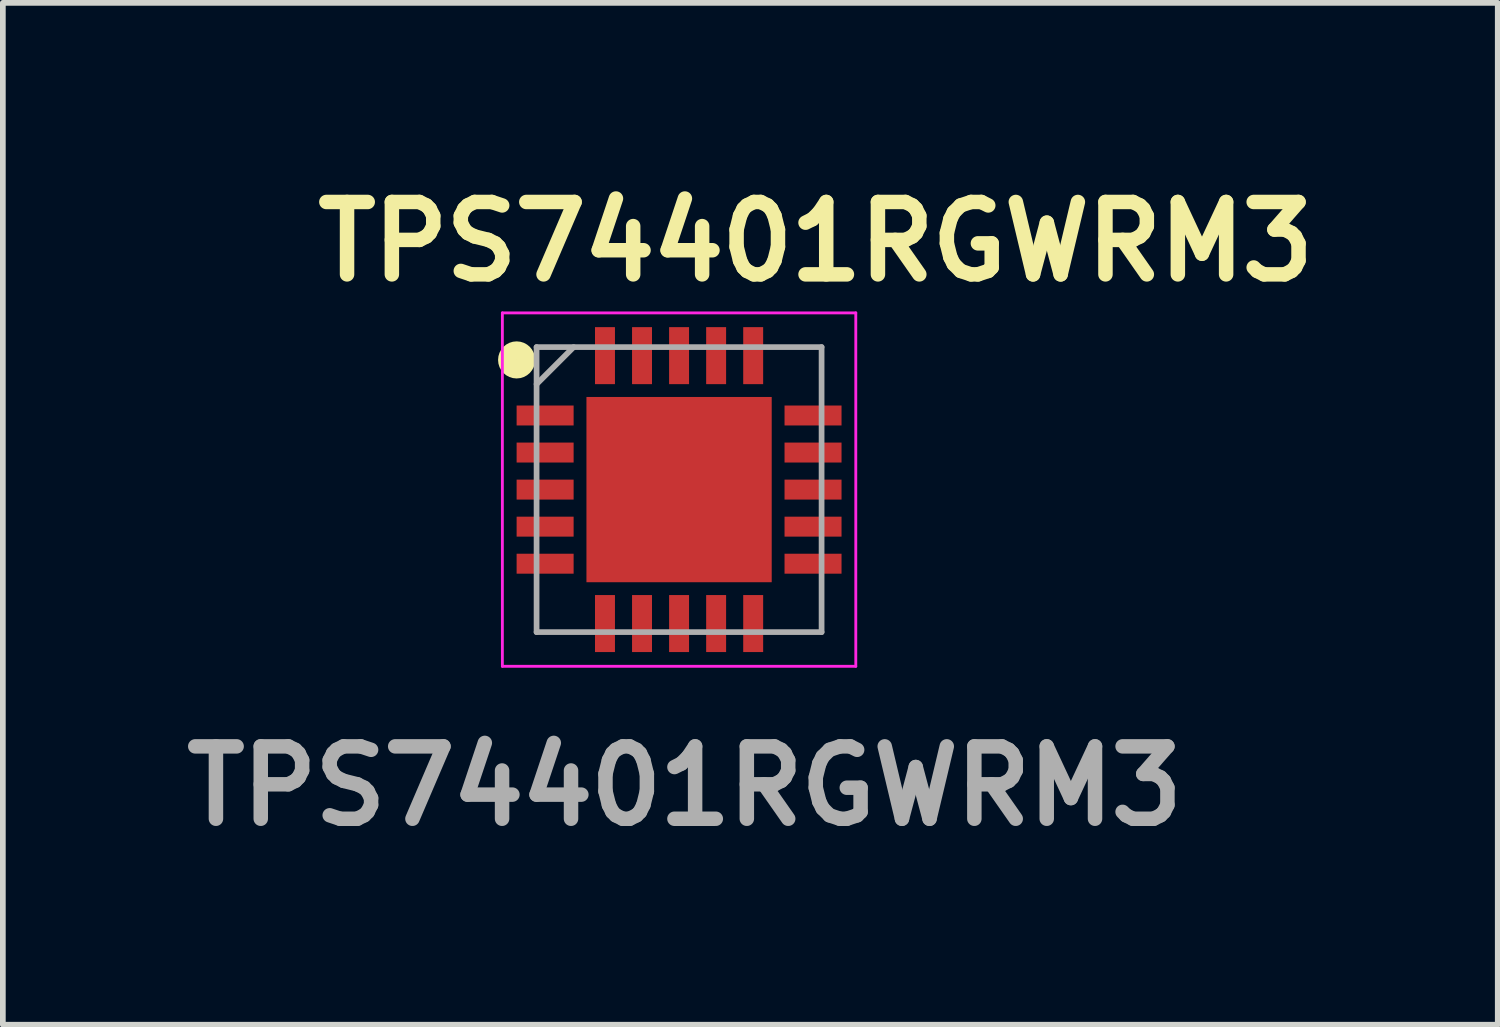
<source format=kicad_pcb>
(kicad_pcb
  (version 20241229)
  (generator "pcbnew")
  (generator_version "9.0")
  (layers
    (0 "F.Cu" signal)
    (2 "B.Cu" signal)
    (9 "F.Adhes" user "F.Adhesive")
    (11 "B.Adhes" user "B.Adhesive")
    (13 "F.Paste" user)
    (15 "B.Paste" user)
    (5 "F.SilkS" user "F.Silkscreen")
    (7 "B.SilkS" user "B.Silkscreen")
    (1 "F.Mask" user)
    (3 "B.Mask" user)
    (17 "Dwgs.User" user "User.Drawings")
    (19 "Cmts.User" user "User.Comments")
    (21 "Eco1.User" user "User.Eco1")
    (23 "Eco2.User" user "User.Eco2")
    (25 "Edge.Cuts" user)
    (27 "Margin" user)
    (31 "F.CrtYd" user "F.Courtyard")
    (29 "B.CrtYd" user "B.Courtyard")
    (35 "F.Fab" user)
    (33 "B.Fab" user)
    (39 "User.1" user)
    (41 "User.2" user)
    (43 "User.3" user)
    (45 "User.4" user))
  (footprint "TPS74401RGWRM3"
    (layer "F.Cu")
    (at 8.863 5.539)
    (property "Reference" "TPS74401RGWRM3" (at 2.4 -4.35 0) (layer "F.SilkS") (effects (font (size 1.27 1.27) (thickness 0.254))))
    (attr smd)
    (fp_circle (center -2.85 -2.275) (end -2.85 -2.112) (stroke (width 0.325) (type solid)) (fill no) (layer "F.SilkS"))
    (fp_line (start -3.1 -3.1) (end 3.1 -3.1) (stroke (width 0.05) (type solid)) (layer "F.CrtYd"))
    (fp_line (start -3.1 3.1) (end -3.1 -3.1) (stroke (width 0.05) (type solid)) (layer "F.CrtYd"))
    (fp_line (start 3.1 -3.1) (end 3.1 3.1) (stroke (width 0.05) (type solid)) (layer "F.CrtYd"))
    (fp_line (start 3.1 3.1) (end -3.1 3.1) (stroke (width 0.05) (type solid)) (layer "F.CrtYd"))
    (fp_line (start -2.5 -2.5) (end 2.5 -2.5) (stroke (width 0.1) (type solid)) (layer "F.Fab"))
    (fp_line (start -2.5 -1.85) (end -1.85 -2.5) (stroke (width 0.1) (type solid)) (layer "F.Fab"))
    (fp_line (start -2.5 2.5) (end -2.5 -2.5) (stroke (width 0.1) (type solid)) (layer "F.Fab"))
    (fp_line (start 2.5 -2.5) (end 2.5 2.5) (stroke (width 0.1) (type solid)) (layer "F.Fab"))
    (fp_line (start 2.5 2.5) (end -2.5 2.5) (stroke (width 0.1) (type solid)) (layer "F.Fab"))
    (fp_text user "${REFERENCE}" (at 0.1 5.2 0) (layer "F.Fab") (effects (font (size 1.27 1.27) (thickness 0.254))))
    (pad "1" smd rect (at -2.35 -1.3 90) (size 0.35 1) (layers "F.Cu" "F.Mask" "F.Paste"))
    (pad "2" smd rect (at -2.35 -0.65 90) (size 0.35 1) (layers "F.Cu" "F.Mask" "F.Paste"))
    (pad "3" smd rect (at -2.35 0 90) (size 0.35 1) (layers "F.Cu" "F.Mask" "F.Paste"))
    (pad "4" smd rect (at -2.35 0.65 90) (size 0.35 1) (layers "F.Cu" "F.Mask" "F.Paste"))
    (pad "5" smd rect (at -2.35 1.3 90) (size 0.35 1) (layers "F.Cu" "F.Mask" "F.Paste"))
    (pad "6" smd rect (at -1.3 2.35) (size 0.35 1) (layers "F.Cu" "F.Mask" "F.Paste"))
    (pad "7" smd rect (at -0.65 2.35) (size 0.35 1) (layers "F.Cu" "F.Mask" "F.Paste"))
    (pad "8" smd rect (at 0 2.35) (size 0.35 1) (layers "F.Cu" "F.Mask" "F.Paste"))
    (pad "9" smd rect (at 0.65 2.35) (size 0.35 1) (layers "F.Cu" "F.Mask" "F.Paste"))
    (pad "10" smd rect (at 1.3 2.35) (size 0.35 1) (layers "F.Cu" "F.Mask" "F.Paste"))
    (pad "11" smd rect (at 2.35 1.3 90) (size 0.35 1) (layers "F.Cu" "F.Mask" "F.Paste"))
    (pad "12" smd rect (at 2.35 0.65 90) (size 0.35 1) (layers "F.Cu" "F.Mask" "F.Paste"))
    (pad "13" smd rect (at 2.35 0 90) (size 0.35 1) (layers "F.Cu" "F.Mask" "F.Paste"))
    (pad "14" smd rect (at 2.35 -0.65 90) (size 0.35 1) (layers "F.Cu" "F.Mask" "F.Paste"))
    (pad "15" smd rect (at 2.35 -1.3 90) (size 0.35 1) (layers "F.Cu" "F.Mask" "F.Paste"))
    (pad "16" smd rect (at 1.3 -2.35) (size 0.35 1) (layers "F.Cu" "F.Mask" "F.Paste"))
    (pad "17" smd rect (at 0.65 -2.35) (size 0.35 1) (layers "F.Cu" "F.Mask" "F.Paste"))
    (pad "18" smd rect (at 0 -2.35) (size 0.35 1) (layers "F.Cu" "F.Mask" "F.Paste"))
    (pad "19" smd rect (at -0.65 -2.35) (size 0.35 1) (layers "F.Cu" "F.Mask" "F.Paste"))
    (pad "20" smd rect (at -1.3 -2.35) (size 0.35 1) (layers "F.Cu" "F.Mask" "F.Paste"))
    (pad "21" smd rect (at 0 0) (size 3.25 3.25) (layers "F.Cu" "F.Mask" "F.Paste")))
  (gr_rect
    (start -3 -3)
    (end 23.225 14.927)
    (stroke (width 0.1) (type default))
    (fill no)
    (layer "Edge.Cuts")))
</source>
